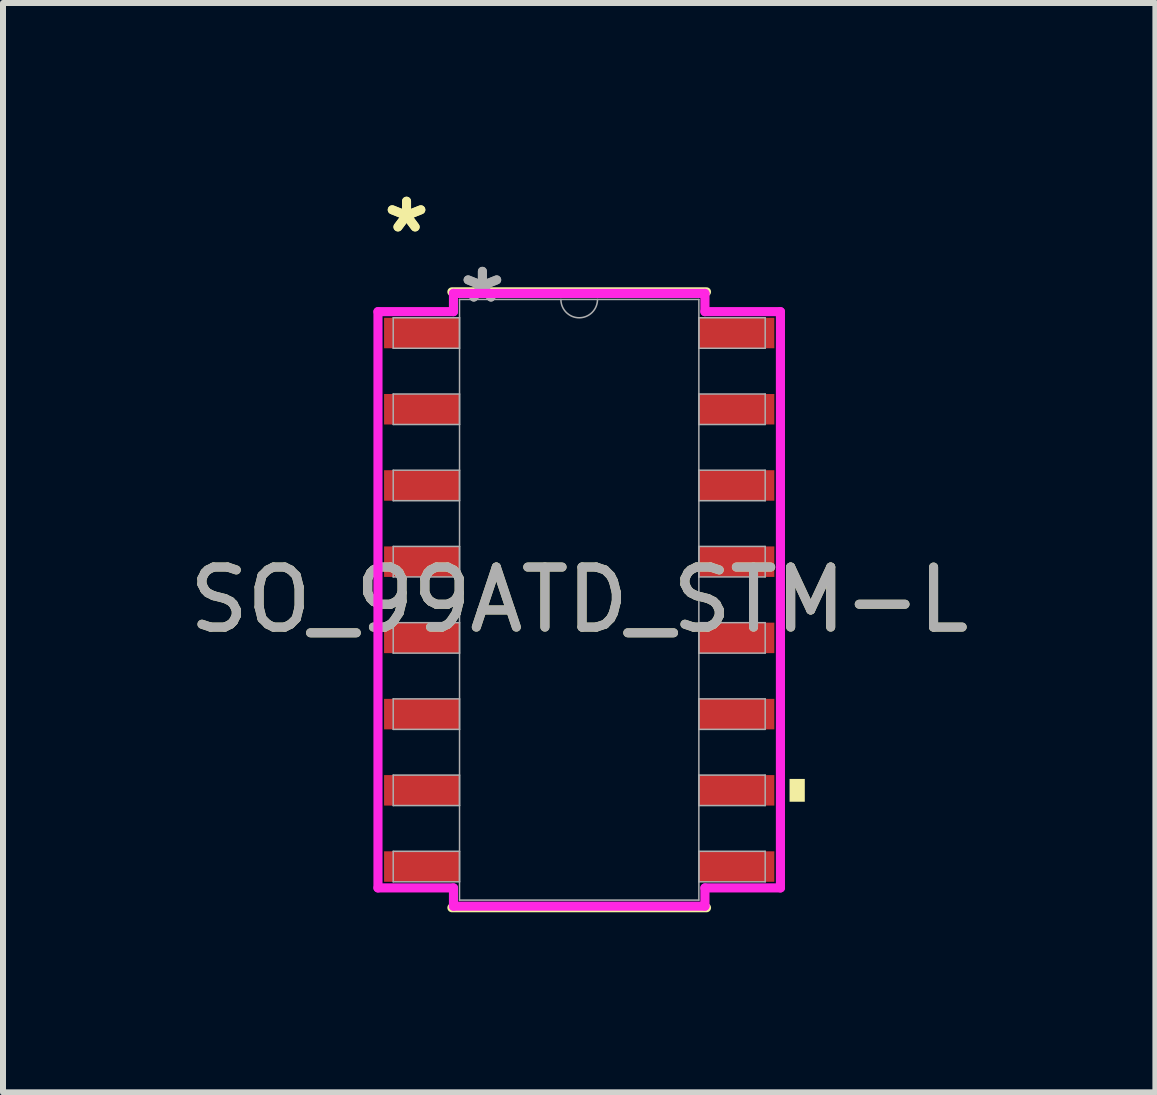
<source format=kicad_pcb>
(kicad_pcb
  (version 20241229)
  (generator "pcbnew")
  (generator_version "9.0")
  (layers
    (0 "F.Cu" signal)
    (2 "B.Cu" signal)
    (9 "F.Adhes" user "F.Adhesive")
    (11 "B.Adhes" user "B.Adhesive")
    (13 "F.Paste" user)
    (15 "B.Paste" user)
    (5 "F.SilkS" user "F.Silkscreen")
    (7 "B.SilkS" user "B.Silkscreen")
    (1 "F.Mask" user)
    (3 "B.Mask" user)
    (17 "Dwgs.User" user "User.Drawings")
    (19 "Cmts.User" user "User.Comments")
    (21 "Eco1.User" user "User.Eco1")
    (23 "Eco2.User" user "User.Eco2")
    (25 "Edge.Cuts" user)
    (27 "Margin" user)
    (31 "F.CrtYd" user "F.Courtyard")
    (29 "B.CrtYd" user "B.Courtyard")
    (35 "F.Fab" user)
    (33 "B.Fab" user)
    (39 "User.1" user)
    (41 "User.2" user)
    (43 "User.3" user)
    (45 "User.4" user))
  (footprint "SO_99ATD_STM-L"
    (layer "F.Cu")
    (at 6.601 6.944)
    (property "Reference" "SO_99ATD_STM-L" (at 0 0 0) (unlocked yes) (layer "F.SilkS") (effects (font (size 1 1) (thickness 0.15))))
    (attr smd)
    (fp_line (start -2.121 5.131) (end 2.121 5.131) (stroke (width 0.152) (type solid)) (layer "F.SilkS"))
    (fp_line (start 2.121 -5.131) (end -2.121 -5.131) (stroke (width 0.152) (type solid)) (layer "F.SilkS"))
    (fp_poly (pts (xy 3.759 2.985) (xy 3.759 3.365) (xy 3.505 3.365) (xy 3.505 2.985)) (stroke (width 0) (type solid)) (fill yes) (layer "F.SilkS"))
    (fp_line (start -3.353 -4.801) (end -2.095 -4.801) (stroke (width 0.152) (type solid)) (layer "F.CrtYd"))
    (fp_line (start -3.353 4.801) (end -3.353 -4.801) (stroke (width 0.152) (type solid)) (layer "F.CrtYd"))
    (fp_line (start -3.353 4.801) (end -2.095 4.801) (stroke (width 0.152) (type solid)) (layer "F.CrtYd"))
    (fp_line (start -2.095 -5.105) (end 2.095 -5.105) (stroke (width 0.152) (type solid)) (layer "F.CrtYd"))
    (fp_line (start -2.095 -4.801) (end -2.095 -5.105) (stroke (width 0.152) (type solid)) (layer "F.CrtYd"))
    (fp_line (start -2.095 5.105) (end -2.095 4.801) (stroke (width 0.152) (type solid)) (layer "F.CrtYd"))
    (fp_line (start 2.095 -5.105) (end 2.095 -4.801) (stroke (width 0.152) (type solid)) (layer "F.CrtYd"))
    (fp_line (start 2.095 4.801) (end 2.095 5.105) (stroke (width 0.152) (type solid)) (layer "F.CrtYd"))
    (fp_line (start 2.095 5.105) (end -2.095 5.105) (stroke (width 0.152) (type solid)) (layer "F.CrtYd"))
    (fp_line (start 3.353 -4.801) (end 2.095 -4.801) (stroke (width 0.152) (type solid)) (layer "F.CrtYd"))
    (fp_line (start 3.353 -4.801) (end 3.353 4.801) (stroke (width 0.152) (type solid)) (layer "F.CrtYd"))
    (fp_line (start 3.353 4.801) (end 2.095 4.801) (stroke (width 0.152) (type solid)) (layer "F.CrtYd"))
    (fp_line (start -3.099 -4.699) (end -3.099 -4.191) (stroke (width 0.025) (type solid)) (layer "F.Fab"))
    (fp_line (start -3.099 -4.191) (end -1.994 -4.191) (stroke (width 0.025) (type solid)) (layer "F.Fab"))
    (fp_line (start -3.099 -3.429) (end -3.099 -2.921) (stroke (width 0.025) (type solid)) (layer "F.Fab"))
    (fp_line (start -3.099 -2.921) (end -1.994 -2.921) (stroke (width 0.025) (type solid)) (layer "F.Fab"))
    (fp_line (start -3.099 -2.159) (end -3.099 -1.651) (stroke (width 0.025) (type solid)) (layer "F.Fab"))
    (fp_line (start -3.099 -1.651) (end -1.994 -1.651) (stroke (width 0.025) (type solid)) (layer "F.Fab"))
    (fp_line (start -3.099 -0.889) (end -3.099 -0.381) (stroke (width 0.025) (type solid)) (layer "F.Fab"))
    (fp_line (start -3.099 -0.381) (end -1.994 -0.381) (stroke (width 0.025) (type solid)) (layer "F.Fab"))
    (fp_line (start -3.099 0.381) (end -3.099 0.889) (stroke (width 0.025) (type solid)) (layer "F.Fab"))
    (fp_line (start -3.099 0.889) (end -1.994 0.889) (stroke (width 0.025) (type solid)) (layer "F.Fab"))
    (fp_line (start -3.099 1.651) (end -3.099 2.159) (stroke (width 0.025) (type solid)) (layer "F.Fab"))
    (fp_line (start -3.099 2.159) (end -1.994 2.159) (stroke (width 0.025) (type solid)) (layer "F.Fab"))
    (fp_line (start -3.099 2.921) (end -3.099 3.429) (stroke (width 0.025) (type solid)) (layer "F.Fab"))
    (fp_line (start -3.099 3.429) (end -1.994 3.429) (stroke (width 0.025) (type solid)) (layer "F.Fab"))
    (fp_line (start -3.099 4.191) (end -3.099 4.699) (stroke (width 0.025) (type solid)) (layer "F.Fab"))
    (fp_line (start -3.099 4.699) (end -1.994 4.699) (stroke (width 0.025) (type solid)) (layer "F.Fab"))
    (fp_line (start -1.994 -5.004) (end -1.994 5.004) (stroke (width 0.025) (type solid)) (layer "F.Fab"))
    (fp_line (start -1.994 -4.699) (end -3.099 -4.699) (stroke (width 0.025) (type solid)) (layer "F.Fab"))
    (fp_line (start -1.994 -4.191) (end -1.994 -4.699) (stroke (width 0.025) (type solid)) (layer "F.Fab"))
    (fp_line (start -1.994 -3.429) (end -3.099 -3.429) (stroke (width 0.025) (type solid)) (layer "F.Fab"))
    (fp_line (start -1.994 -2.921) (end -1.994 -3.429) (stroke (width 0.025) (type solid)) (layer "F.Fab"))
    (fp_line (start -1.994 -2.159) (end -3.099 -2.159) (stroke (width 0.025) (type solid)) (layer "F.Fab"))
    (fp_line (start -1.994 -1.651) (end -1.994 -2.159) (stroke (width 0.025) (type solid)) (layer "F.Fab"))
    (fp_line (start -1.994 -0.889) (end -3.099 -0.889) (stroke (width 0.025) (type solid)) (layer "F.Fab"))
    (fp_line (start -1.994 -0.381) (end -1.994 -0.889) (stroke (width 0.025) (type solid)) (layer "F.Fab"))
    (fp_line (start -1.994 0.381) (end -3.099 0.381) (stroke (width 0.025) (type solid)) (layer "F.Fab"))
    (fp_line (start -1.994 0.889) (end -1.994 0.381) (stroke (width 0.025) (type solid)) (layer "F.Fab"))
    (fp_line (start -1.994 1.651) (end -3.099 1.651) (stroke (width 0.025) (type solid)) (layer "F.Fab"))
    (fp_line (start -1.994 2.159) (end -1.994 1.651) (stroke (width 0.025) (type solid)) (layer "F.Fab"))
    (fp_line (start -1.994 2.921) (end -3.099 2.921) (stroke (width 0.025) (type solid)) (layer "F.Fab"))
    (fp_line (start -1.994 3.429) (end -1.994 2.921) (stroke (width 0.025) (type solid)) (layer "F.Fab"))
    (fp_line (start -1.994 4.191) (end -3.099 4.191) (stroke (width 0.025) (type solid)) (layer "F.Fab"))
    (fp_line (start -1.994 4.699) (end -1.994 4.191) (stroke (width 0.025) (type solid)) (layer "F.Fab"))
    (fp_line (start -1.994 5.004) (end 1.994 5.004) (stroke (width 0.025) (type solid)) (layer "F.Fab"))
    (fp_line (start 1.994 -5.004) (end -1.994 -5.004) (stroke (width 0.025) (type solid)) (layer "F.Fab"))
    (fp_line (start 1.994 -4.699) (end 1.994 -4.191) (stroke (width 0.025) (type solid)) (layer "F.Fab"))
    (fp_line (start 1.994 -4.191) (end 3.099 -4.191) (stroke (width 0.025) (type solid)) (layer "F.Fab"))
    (fp_line (start 1.994 -3.429) (end 1.994 -2.921) (stroke (width 0.025) (type solid)) (layer "F.Fab"))
    (fp_line (start 1.994 -2.921) (end 3.099 -2.921) (stroke (width 0.025) (type solid)) (layer "F.Fab"))
    (fp_line (start 1.994 -2.159) (end 1.994 -1.651) (stroke (width 0.025) (type solid)) (layer "F.Fab"))
    (fp_line (start 1.994 -1.651) (end 3.099 -1.651) (stroke (width 0.025) (type solid)) (layer "F.Fab"))
    (fp_line (start 1.994 -0.889) (end 1.994 -0.381) (stroke (width 0.025) (type solid)) (layer "F.Fab"))
    (fp_line (start 1.994 -0.381) (end 3.099 -0.381) (stroke (width 0.025) (type solid)) (layer "F.Fab"))
    (fp_line (start 1.994 0.381) (end 1.994 0.889) (stroke (width 0.025) (type solid)) (layer "F.Fab"))
    (fp_line (start 1.994 0.889) (end 3.099 0.889) (stroke (width 0.025) (type solid)) (layer "F.Fab"))
    (fp_line (start 1.994 1.651) (end 1.994 2.159) (stroke (width 0.025) (type solid)) (layer "F.Fab"))
    (fp_line (start 1.994 2.159) (end 3.099 2.159) (stroke (width 0.025) (type solid)) (layer "F.Fab"))
    (fp_line (start 1.994 2.921) (end 1.994 3.429) (stroke (width 0.025) (type solid)) (layer "F.Fab"))
    (fp_line (start 1.994 3.429) (end 3.099 3.429) (stroke (width 0.025) (type solid)) (layer "F.Fab"))
    (fp_line (start 1.994 4.191) (end 1.994 4.699) (stroke (width 0.025) (type solid)) (layer "F.Fab"))
    (fp_line (start 1.994 4.699) (end 3.099 4.699) (stroke (width 0.025) (type solid)) (layer "F.Fab"))
    (fp_line (start 1.994 5.004) (end 1.994 -5.004) (stroke (width 0.025) (type solid)) (layer "F.Fab"))
    (fp_line (start 3.099 -4.699) (end 1.994 -4.699) (stroke (width 0.025) (type solid)) (layer "F.Fab"))
    (fp_line (start 3.099 -4.191) (end 3.099 -4.699) (stroke (width 0.025) (type solid)) (layer "F.Fab"))
    (fp_line (start 3.099 -3.429) (end 1.994 -3.429) (stroke (width 0.025) (type solid)) (layer "F.Fab"))
    (fp_line (start 3.099 -2.921) (end 3.099 -3.429) (stroke (width 0.025) (type solid)) (layer "F.Fab"))
    (fp_line (start 3.099 -2.159) (end 1.994 -2.159) (stroke (width 0.025) (type solid)) (layer "F.Fab"))
    (fp_line (start 3.099 -1.651) (end 3.099 -2.159) (stroke (width 0.025) (type solid)) (layer "F.Fab"))
    (fp_line (start 3.099 -0.889) (end 1.994 -0.889) (stroke (width 0.025) (type solid)) (layer "F.Fab"))
    (fp_line (start 3.099 -0.381) (end 3.099 -0.889) (stroke (width 0.025) (type solid)) (layer "F.Fab"))
    (fp_line (start 3.099 0.381) (end 1.994 0.381) (stroke (width 0.025) (type solid)) (layer "F.Fab"))
    (fp_line (start 3.099 0.889) (end 3.099 0.381) (stroke (width 0.025) (type solid)) (layer "F.Fab"))
    (fp_line (start 3.099 1.651) (end 1.994 1.651) (stroke (width 0.025) (type solid)) (layer "F.Fab"))
    (fp_line (start 3.099 2.159) (end 3.099 1.651) (stroke (width 0.025) (type solid)) (layer "F.Fab"))
    (fp_line (start 3.099 2.921) (end 1.994 2.921) (stroke (width 0.025) (type solid)) (layer "F.Fab"))
    (fp_line (start 3.099 3.429) (end 3.099 2.921) (stroke (width 0.025) (type solid)) (layer "F.Fab"))
    (fp_line (start 3.099 4.191) (end 1.994 4.191) (stroke (width 0.025) (type solid)) (layer "F.Fab"))
    (fp_line (start 3.099 4.699) (end 3.099 4.191) (stroke (width 0.025) (type solid)) (layer "F.Fab"))
    (fp_arc (start 0.3048 -5.0038) (mid 0 -4.699) (end -0.3048 -5.0038) (stroke (width 0.0254) (type solid)) (layer "F.Fab"))
    (fp_text user "*" (at -2.877 -6.096 0) (unlocked yes) (layer "F.SilkS") (effects (font (size 1 1) (thickness 0.15))))
    (fp_text user "*" (at -2.877 -6.096 0) (layer "F.SilkS") (effects (font (size 1 1) (thickness 0.15))))
    (fp_text user "${REFERENCE}" (at 0 0 0) (unlocked yes) (layer "F.Fab") (effects (font (size 1 1) (thickness 0.15))))
    (fp_text user "*" (at -1.613 -4.928 0) (unlocked yes) (layer "F.Fab") (effects (font (size 1 1) (thickness 0.15))))
    (fp_text user "*" (at -1.613 -4.928 0) (layer "F.Fab") (effects (font (size 1 1) (thickness 0.15))))
    (pad "1" smd rect (at -2.623 -4.445) (size 1.257 0.508) (layers "F.Cu" "F.Mask" "F.Paste"))
    (pad "2" smd rect (at -2.623 -3.175) (size 1.257 0.508) (layers "F.Cu" "F.Mask" "F.Paste"))
    (pad "3" smd rect (at -2.623 -1.905) (size 1.257 0.508) (layers "F.Cu" "F.Mask" "F.Paste"))
    (pad "4" smd rect (at -2.623 -0.635) (size 1.257 0.508) (layers "F.Cu" "F.Mask" "F.Paste"))
    (pad "5" smd rect (at -2.623 0.635) (size 1.257 0.508) (layers "F.Cu" "F.Mask" "F.Paste"))
    (pad "6" smd rect (at -2.623 1.905) (size 1.257 0.508) (layers "F.Cu" "F.Mask" "F.Paste"))
    (pad "7" smd rect (at -2.623 3.175) (size 1.257 0.508) (layers "F.Cu" "F.Mask" "F.Paste"))
    (pad "8" smd rect (at -2.623 4.445) (size 1.257 0.508) (layers "F.Cu" "F.Mask" "F.Paste"))
    (pad "9" smd rect (at 2.623 4.445) (size 1.257 0.508) (layers "F.Cu" "F.Mask" "F.Paste"))
    (pad "10" smd rect (at 2.623 3.175) (size 1.257 0.508) (layers "F.Cu" "F.Mask" "F.Paste"))
    (pad "11" smd rect (at 2.623 1.905) (size 1.257 0.508) (layers "F.Cu" "F.Mask" "F.Paste"))
    (pad "12" smd rect (at 2.623 0.635) (size 1.257 0.508) (layers "F.Cu" "F.Mask" "F.Paste"))
    (pad "13" smd rect (at 2.623 -0.635) (size 1.257 0.508) (layers "F.Cu" "F.Mask" "F.Paste"))
    (pad "14" smd rect (at 2.623 -1.905) (size 1.257 0.508) (layers "F.Cu" "F.Mask" "F.Paste"))
    (pad "15" smd rect (at 2.623 -3.175) (size 1.257 0.508) (layers "F.Cu" "F.Mask" "F.Paste"))
    (pad "16" smd rect (at 2.623 -4.445) (size 1.257 0.508) (layers "F.Cu" "F.Mask" "F.Paste")))
  (gr_rect
    (start -3 -3)
    (end 16.202 15.151)
    (stroke (width 0.1) (type default))
    (fill no)
    (layer "Edge.Cuts")))
</source>
